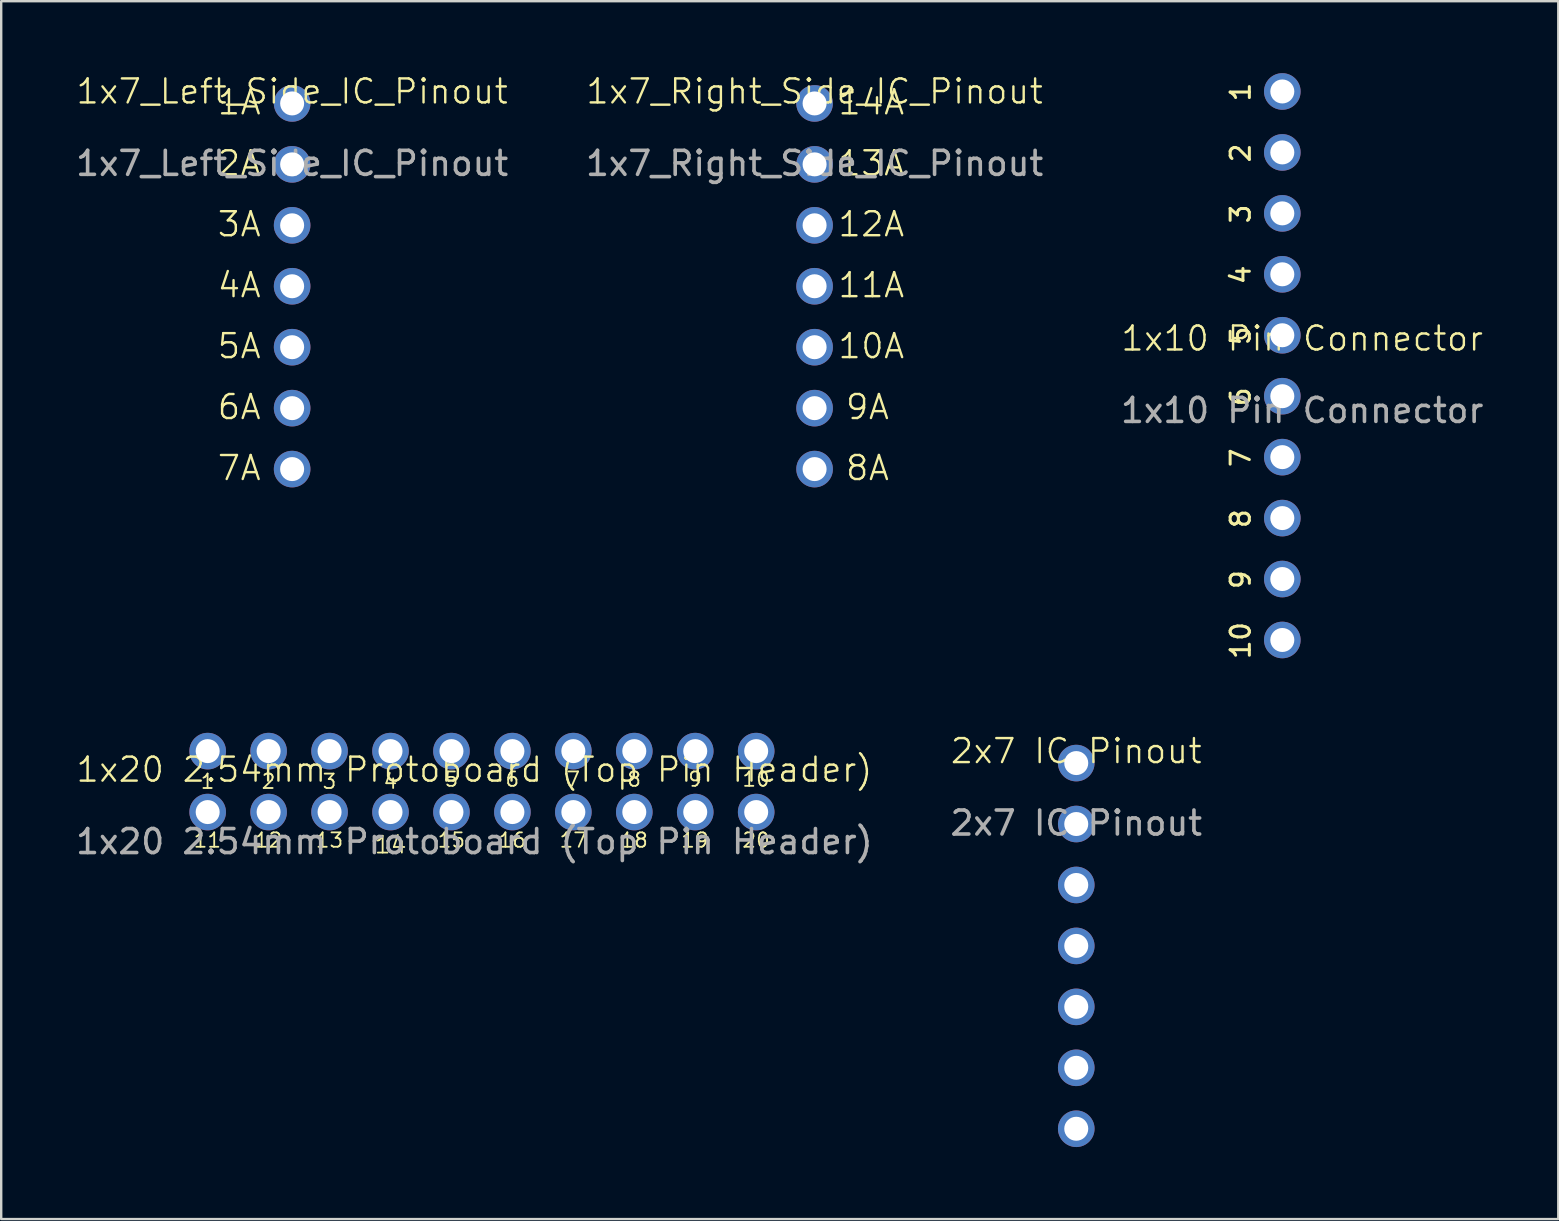
<source format=kicad_pcb>
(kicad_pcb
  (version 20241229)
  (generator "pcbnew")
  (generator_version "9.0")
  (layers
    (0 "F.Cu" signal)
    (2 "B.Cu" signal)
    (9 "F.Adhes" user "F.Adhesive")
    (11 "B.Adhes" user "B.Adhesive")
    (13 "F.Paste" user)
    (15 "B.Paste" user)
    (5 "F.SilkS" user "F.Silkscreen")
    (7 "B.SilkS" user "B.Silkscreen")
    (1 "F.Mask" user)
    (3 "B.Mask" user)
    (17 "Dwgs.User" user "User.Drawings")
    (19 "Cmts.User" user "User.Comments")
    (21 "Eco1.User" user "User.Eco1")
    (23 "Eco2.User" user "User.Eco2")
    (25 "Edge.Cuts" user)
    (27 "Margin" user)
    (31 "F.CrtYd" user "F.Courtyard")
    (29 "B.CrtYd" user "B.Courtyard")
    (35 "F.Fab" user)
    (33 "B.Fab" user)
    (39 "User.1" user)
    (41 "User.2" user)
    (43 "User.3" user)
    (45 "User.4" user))
  (footprint "1x7_Left_Side_IC_Pinout"
    (layer "F.Cu")
    (at 9.125 1.26)
    (property "Reference" "1x7_Left_Side_IC_Pinout" (at 0 -0.5 0) (unlocked yes) (layer "F.SilkS") (effects (font (size 1 1) (thickness 0.1))))
    (attr through_hole)
    (fp_text user "3A" (at -3.175 5.62 0) (unlocked yes) (layer "F.SilkS") (effects (font (size 1 1) (thickness 0.1)) (justify left bottom)))
    (fp_text user "4A" (at -3.175 8.159 0) (unlocked yes) (layer "F.SilkS") (effects (font (size 1 1) (thickness 0.1)) (justify left bottom)))
    (fp_text user "1A" (at -3.175 0.539 0) (unlocked yes) (layer "F.SilkS") (effects (font (size 1 1) (thickness 0.1)) (justify left bottom)))
    (fp_text user "6A" (at -3.175 13.239 0) (unlocked yes) (layer "F.SilkS") (effects (font (size 1 1) (thickness 0.1)) (justify left bottom)))
    (fp_text user "5A" (at -3.175 10.7 0) (unlocked yes) (layer "F.SilkS") (effects (font (size 1 1) (thickness 0.1)) (justify left bottom)))
    (fp_text user "7A" (at -3.175 15.78 0) (unlocked yes) (layer "F.SilkS") (effects (font (size 1 1) (thickness 0.1)) (justify left bottom)))
    (fp_text user "2A" (at -3.175 3.079 0) (unlocked yes) (layer "F.SilkS") (effects (font (size 1 1) (thickness 0.1)) (justify left bottom)))
    (fp_text user "${REFERENCE}" (at 0 2.5 0) (unlocked yes) (layer "F.Fab") (effects (font (size 1 1) (thickness 0.15))))
    (pad "1" thru_hole circle (at 0 0) (size 1.525 1.525) (drill 1) (layers "*.Cu" "*.Mask"))
    (pad "2" thru_hole circle (at 0 2.54) (size 1.525 1.525) (drill 1) (layers "*.Cu" "*.Mask"))
    (pad "3" thru_hole circle (at 0 5.08) (size 1.525 1.525) (drill 1) (layers "*.Cu" "*.Mask"))
    (pad "4" thru_hole circle (at 0 7.62) (size 1.525 1.525) (drill 1) (layers "*.Cu" "*.Mask"))
    (pad "5" thru_hole circle (at 0 10.16) (size 1.525 1.525) (drill 1) (layers "*.Cu" "*.Mask"))
    (pad "6" thru_hole circle (at 0 12.7) (size 1.525 1.525) (drill 1) (layers "*.Cu" "*.Mask"))
    (pad "7" thru_hole circle (at 0 15.24) (size 1.525 1.525) (drill 1) (layers "*.Cu" "*.Mask")))
  (footprint "2x7 IC Pinout"
    (layer "F.Cu")
    (at 41.804 28.752)
    (property "Reference" "2x7 IC Pinout" (at 0 -0.5 0) (unlocked yes) (layer "F.SilkS") (effects (font (size 1 1) (thickness 0.1))))
    (attr through_hole)
    (fp_text user "${REFERENCE}" (at 0 2.5 0) (unlocked yes) (layer "F.Fab") (effects (font (size 1 1) (thickness 0.15))))
    (pad "1" thru_hole circle (at 0 0) (size 1.525 1.525) (drill 1) (layers "*.Cu" "*.Mask"))
    (pad "2" thru_hole circle (at 0 2.54) (size 1.525 1.525) (drill 1) (layers "*.Cu" "*.Mask"))
    (pad "3" thru_hole circle (at 0 5.08) (size 1.525 1.525) (drill 1) (layers "*.Cu" "*.Mask"))
    (pad "4" thru_hole circle (at 0 7.62) (size 1.525 1.525) (drill 1) (layers "*.Cu" "*.Mask"))
    (pad "5" thru_hole circle (at 0 10.16) (size 1.525 1.525) (drill 1) (layers "*.Cu" "*.Mask"))
    (pad "6" thru_hole circle (at 0 12.7) (size 1.525 1.525) (drill 1) (layers "*.Cu" "*.Mask"))
    (pad "7" thru_hole circle (at 0 15.24) (size 1.525 1.525) (drill 1) (layers "*.Cu" "*.Mask")))
  (footprint "1x10 Pin Connector"
    (layer "F.Cu")
    (at 50.392 11.557)
    (property "Reference" "1x10 Pin Connector" (at 0.828 -0.5 0) (unlocked yes) (layer "F.SilkS") (effects (font (size 1 1) (thickness 0.1))))
    (attr through_hole)
    (fp_text user "5" (at -1.27 -0.147 90) (unlocked yes) (layer "F.SilkS") (effects (font (size 0.8 0.8) (thickness 0.125)) (justify left bottom)))
    (fp_text user "6" (at -1.27 2.393 90) (unlocked yes) (layer "F.SilkS") (effects (font (size 0.8 0.8) (thickness 0.125)) (justify left bottom)))
    (fp_text user "10" (at -1.27 12.934 90) (unlocked yes) (layer "F.SilkS") (effects (font (size 0.8 0.8) (thickness 0.125)) (justify left bottom)))
    (fp_text user "1" (at -1.27 -10.307 90) (unlocked yes) (layer "F.SilkS") (effects (font (size 0.8 0.8) (thickness 0.125)) (justify left bottom)))
    (fp_text user "2" (at -1.27 -7.767 90) (unlocked yes) (layer "F.SilkS") (effects (font (size 0.8 0.8) (thickness 0.125)) (justify left bottom)))
    (fp_text user "4" (at -1.27 -2.687 90) (unlocked yes) (layer "F.SilkS") (effects (font (size 0.8 0.8) (thickness 0.125)) (justify left bottom)))
    (fp_text user "9" (at -1.27 10.013 90) (unlocked yes) (layer "F.SilkS") (effects (font (size 0.8 0.8) (thickness 0.125)) (justify left bottom)))
    (fp_text user "8" (at -1.27 7.473 90) (unlocked yes) (layer "F.SilkS") (effects (font (size 0.8 0.8) (thickness 0.125)) (justify left bottom)))
    (fp_text user "3" (at -1.27 -5.227 90) (unlocked yes) (layer "F.SilkS") (effects (font (size 0.8 0.8) (thickness 0.125)) (justify left bottom)))
    (fp_text user "7" (at -1.27 4.933 90) (unlocked yes) (layer "F.SilkS") (effects (font (size 0.8 0.8) (thickness 0.125)) (justify left bottom)))
    (fp_text user "${REFERENCE}" (at 0.828 2.5 0) (unlocked yes) (layer "F.Fab") (effects (font (size 1 1) (thickness 0.15))))
    (pad "1" thru_hole circle (at 0 -10.795) (size 1.525 1.525) (drill 1) (layers "*.Cu" "*.Mask"))
    (pad "2" thru_hole circle (at 0 -8.255) (size 1.525 1.525) (drill 1) (layers "*.Cu" "*.Mask"))
    (pad "3" thru_hole circle (at 0 -5.715) (size 1.525 1.525) (drill 1) (layers "*.Cu" "*.Mask"))
    (pad "4" thru_hole circle (at 0 -3.175) (size 1.525 1.525) (drill 1) (layers "*.Cu" "*.Mask"))
    (pad "5" thru_hole circle (at 0 -0.635) (size 1.525 1.525) (drill 1) (layers "*.Cu" "*.Mask"))
    (pad "6" thru_hole circle (at 0 1.905) (size 1.525 1.525) (drill 1) (layers "*.Cu" "*.Mask"))
    (pad "7" thru_hole circle (at 0 4.445) (size 1.525 1.525) (drill 1) (layers "*.Cu" "*.Mask"))
    (pad "8" thru_hole circle (at 0 6.985) (size 1.525 1.525) (drill 1) (layers "*.Cu" "*.Mask"))
    (pad "9" thru_hole circle (at 0 9.525) (size 1.525 1.525) (drill 1) (layers "*.Cu" "*.Mask"))
    (pad "10" thru_hole circle (at 0 12.065) (size 1.525 1.525) (drill 1) (layers "*.Cu" "*.Mask")))
  (footprint "1x20 2.54mm Protoboard (Top Pin Header)"
    (layer "F.Cu")
    (at 15.892 29.27)
    (property "Reference" "1x20 2.54mm Protoboard (Top Pin Header)" (at 0.828 -0.245 0) (unlocked yes) (layer "F.SilkS") (effects (font (size 1 1) (thickness 0.1))))
    (attr through_hole)
    (fp_text user "6" (at 2.073 0.508 0) (unlocked yes) (layer "F.SilkS") (effects (font (size 0.6 0.6) (thickness 0.076)) (justify left bottom)))
    (fp_text user "8" (at 7.153 0.508 0) (unlocked yes) (layer "F.SilkS") (effects (font (size 0.6 0.6) (thickness 0.076)) (justify left bottom)))
    (fp_text user "3" (at -5.547 0.598 0) (unlocked yes) (layer "F.SilkS") (effects (font (size 0.6 0.6) (thickness 0.076)) (justify left bottom)))
    (fp_text user "1" (at -10.627 0.598 0) (unlocked yes) (layer "F.SilkS") (effects (font (size 0.6 0.6) (thickness 0.076)) (justify left bottom)))
    (fp_text user "4" (at -3.007 0.598 0) (unlocked yes) (layer "F.SilkS") (effects (font (size 0.6 0.6) (thickness 0.076)) (justify left bottom)))
    (fp_text user "19" (at 9.398 3.048 0) (unlocked yes) (layer "F.SilkS") (effects (font (size 0.6 0.6) (thickness 0.076)) (justify left bottom)))
    (fp_text user "20" (at 11.947 3.048 0) (unlocked yes) (layer "F.SilkS") (effects (font (size 0.6 0.6) (thickness 0.076)) (justify left bottom)))
    (fp_text user "7" (at 4.613 0.508 0) (unlocked yes) (layer "F.SilkS") (effects (font (size 0.6 0.6) (thickness 0.076)) (justify left bottom)))
    (fp_text user "12" (at -8.373 3.048 0) (unlocked yes) (layer "F.SilkS") (effects (font (size 0.6 0.6) (thickness 0.076)) (justify left bottom)))
    (fp_text user "2" (at -8.087 0.598 0) (unlocked yes) (layer "F.SilkS") (effects (font (size 0.6 0.6) (thickness 0.076)) (justify left bottom)))
    (fp_text user "10" (at 11.947 0.508 0) (unlocked yes) (layer "F.SilkS") (effects (font (size 0.6 0.6) (thickness 0.076)) (justify left bottom)))
    (fp_text user "13" (at -5.833 3.048 0) (unlocked yes) (layer "F.SilkS") (effects (font (size 0.6 0.6) (thickness 0.076)) (justify left bottom)))
    (fp_text user "18" (at 6.867 3.048 0) (unlocked yes) (layer "F.SilkS") (effects (font (size 0.6 0.6) (thickness 0.076)) (justify left bottom)))
    (fp_text user "16" (at 1.787 3.048 0) (unlocked yes) (layer "F.SilkS") (effects (font (size 0.6 0.6) (thickness 0.076)) (justify left bottom)))
    (fp_text user "9" (at 9.693 0.508 0) (unlocked yes) (layer "F.SilkS") (effects (font (size 0.6 0.6) (thickness 0.076)) (justify left bottom)))
    (fp_text user "17" (at 4.327 3.048 0) (unlocked yes) (layer "F.SilkS") (effects (font (size 0.6 0.6) (thickness 0.076)) (justify left bottom)))
    (fp_text user "15" (at -0.753 3.048 0) (unlocked yes) (layer "F.SilkS") (effects (font (size 0.6 0.6) (thickness 0.076)) (justify left bottom)))
    (fp_text user "11" (at -10.922 3.048 0) (unlocked yes) (layer "F.SilkS") (effects (font (size 0.6 0.6) (thickness 0.076)) (justify left bottom)))
    (fp_text user "14" (at -3.378 3.302 0) (unlocked yes) (layer "F.SilkS") (effects (font (size 0.7 0.7) (thickness 0.076)) (justify left bottom)))
    (fp_text user "5" (at -0.467 0.508 0) (unlocked yes) (layer "F.SilkS") (effects (font (size 0.6 0.6) (thickness 0.076)) (justify left bottom)))
    (fp_text user "${REFERENCE}" (at 0.828 2.755 0) (unlocked yes) (layer "F.Fab") (effects (font (size 1 1) (thickness 0.15))))
    (pad "1" thru_hole circle (at -10.287 -1.016 90) (size 1.525 1.525) (drill 1) (layers "*.Cu" "*.Mask"))
    (pad "2" thru_hole circle (at -7.747 -1.016 90) (size 1.525 1.525) (drill 1) (layers "*.Cu" "*.Mask"))
    (pad "3" thru_hole circle (at -5.207 -1.016 90) (size 1.525 1.525) (drill 1) (layers "*.Cu" "*.Mask"))
    (pad "4" thru_hole circle (at -2.667 -1.016 90) (size 1.525 1.525) (drill 1) (layers "*.Cu" "*.Mask"))
    (pad "5" thru_hole circle (at -0.127 -1.016 90) (size 1.525 1.525) (drill 1) (layers "*.Cu" "*.Mask"))
    (pad "6" thru_hole circle (at 2.413 -1.016 90) (size 1.525 1.525) (drill 1) (layers "*.Cu" "*.Mask"))
    (pad "7" thru_hole circle (at 4.953 -1.016 90) (size 1.525 1.525) (drill 1) (layers "*.Cu" "*.Mask"))
    (pad "8" thru_hole circle (at 7.493 -1.016 90) (size 1.525 1.525) (drill 1) (layers "*.Cu" "*.Mask"))
    (pad "9" thru_hole circle (at 10.033 -1.016 90) (size 1.525 1.525) (drill 1) (layers "*.Cu" "*.Mask"))
    (pad "10" thru_hole circle (at 12.573 -1.016 90) (size 1.525 1.525) (drill 1) (layers "*.Cu" "*.Mask"))
    (pad "11" thru_hole circle (at -10.287 1.524 90) (size 1.525 1.525) (drill 1) (layers "*.Cu" "*.Mask"))
    (pad "12" thru_hole circle (at -7.747 1.524 90) (size 1.525 1.525) (drill 1) (layers "*.Cu" "*.Mask"))
    (pad "13" thru_hole circle (at -5.207 1.524 90) (size 1.525 1.525) (drill 1) (layers "*.Cu" "*.Mask"))
    (pad "14" thru_hole circle (at -2.667 1.524 90) (size 1.525 1.525) (drill 1) (layers "*.Cu" "*.Mask"))
    (pad "15" thru_hole circle (at -0.127 1.524 90) (size 1.525 1.525) (drill 1) (layers "*.Cu" "*.Mask"))
    (pad "16" thru_hole circle (at 2.413 1.524 90) (size 1.525 1.525) (drill 1) (layers "*.Cu" "*.Mask"))
    (pad "17" thru_hole circle (at 4.953 1.524 90) (size 1.525 1.525) (drill 1) (layers "*.Cu" "*.Mask"))
    (pad "18" thru_hole circle (at 7.493 1.524 90) (size 1.525 1.525) (drill 1) (layers "*.Cu" "*.Mask"))
    (pad "19" thru_hole circle (at 10.033 1.524 90) (size 1.525 1.525) (drill 1) (layers "*.Cu" "*.Mask"))
    (pad "20" thru_hole circle (at 12.573 1.524 90) (size 1.525 1.525) (drill 1) (layers "*.Cu" "*.Mask")))
  (footprint "1x7_Right_Side_IC_Pinout"
    (layer "F.Cu")
    (at 30.899 1.26)
    (property "Reference" "1x7_Right_Side_IC_Pinout" (at 0 -0.5 0) (unlocked yes) (layer "F.SilkS") (effects (font (size 1 1) (thickness 0.1))))
    (attr through_hole)
    (fp_text user "8A" (at 3.175 15.78 0) (unlocked yes) (layer "F.SilkS") (effects (font (size 1 1) (thickness 0.1)) (justify right bottom)))
    (fp_text user "10A" (at 3.81 10.7 0) (unlocked yes) (layer "F.SilkS") (effects (font (size 1 1) (thickness 0.1)) (justify right bottom)))
    (fp_text user "11A" (at 3.81 8.159 0) (unlocked yes) (layer "F.SilkS") (effects (font (size 1 1) (thickness 0.1)) (justify right bottom)))
    (fp_text user "9A" (at 3.175 13.239 0) (unlocked yes) (layer "F.SilkS") (effects (font (size 1 1) (thickness 0.1)) (justify right bottom)))
    (fp_text user "12A" (at 3.81 5.62 0) (unlocked yes) (layer "F.SilkS") (effects (font (size 1 1) (thickness 0.1)) (justify right bottom)))
    (fp_text user "13A" (at 3.81 3.079 0) (unlocked yes) (layer "F.SilkS") (effects (font (size 1 1) (thickness 0.1)) (justify right bottom)))
    (fp_text user "14A" (at 3.81 0.539 0) (unlocked yes) (layer "F.SilkS") (effects (font (size 1 1) (thickness 0.1)) (justify right bottom)))
    (fp_text user "${REFERENCE}" (at 0 2.5 0) (unlocked yes) (layer "F.Fab") (effects (font (size 1 1) (thickness 0.15))))
    (pad "1" thru_hole circle (at 0 0) (size 1.525 1.525) (drill 1) (layers "*.Cu" "*.Mask"))
    (pad "2" thru_hole circle (at 0 2.54) (size 1.525 1.525) (drill 1) (layers "*.Cu" "*.Mask"))
    (pad "3" thru_hole circle (at 0 5.08) (size 1.525 1.525) (drill 1) (layers "*.Cu" "*.Mask"))
    (pad "4" thru_hole circle (at 0 7.62) (size 1.525 1.525) (drill 1) (layers "*.Cu" "*.Mask"))
    (pad "5" thru_hole circle (at 0 10.16) (size 1.525 1.525) (drill 1) (layers "*.Cu" "*.Mask"))
    (pad "6" thru_hole circle (at 0 12.7) (size 1.525 1.525) (drill 1) (layers "*.Cu" "*.Mask"))
    (pad "7" thru_hole circle (at 0 15.24) (size 1.525 1.525) (drill 1) (layers "*.Cu" "*.Mask")))
  (gr_rect
    (start -3 -3)
    (end 61.893 47.755)
    (stroke (width 0.1) (type default))
    (fill no)
    (layer "Edge.Cuts")))
</source>
